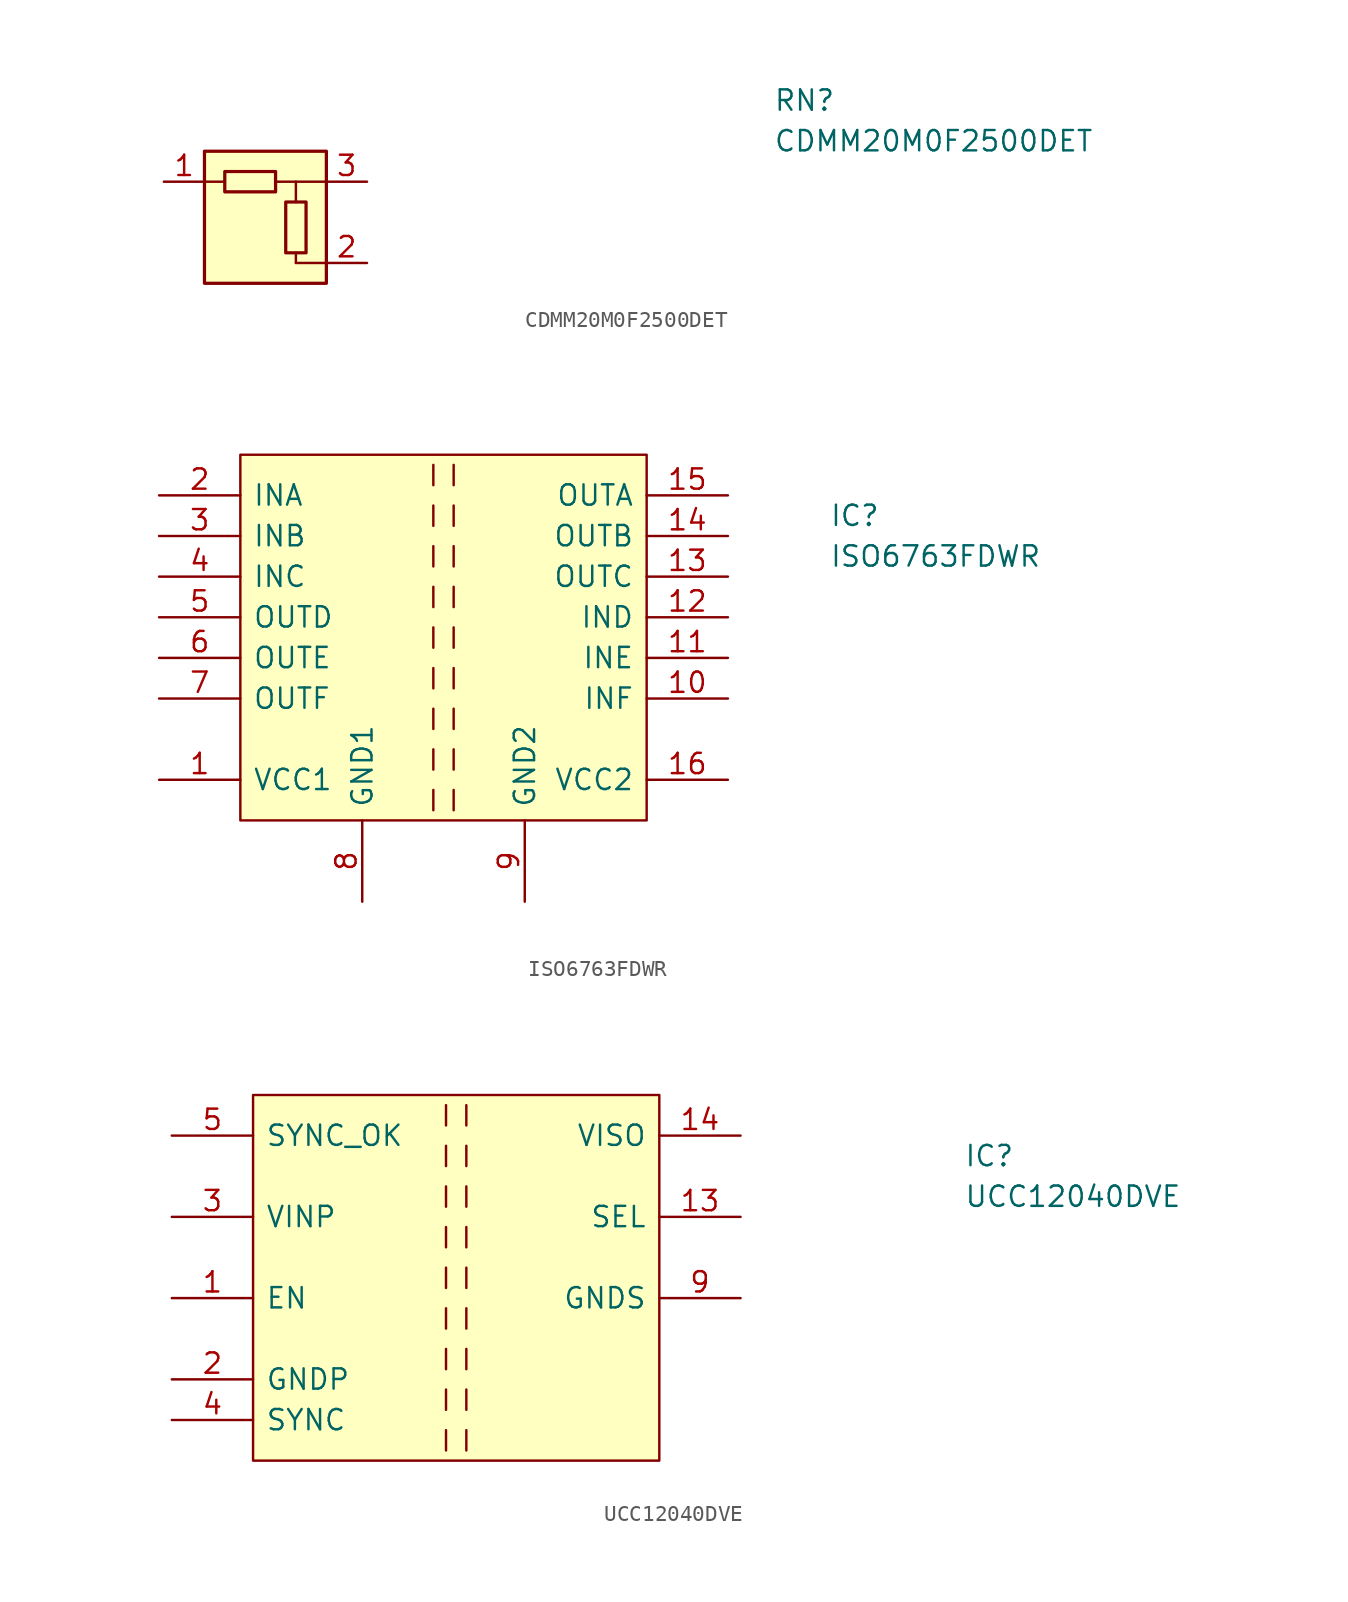
<source format=kicad_sym>
(kicad_symbol_lib
  (version 20220914)
  (generator kicad_symbol_editor)
  (symbol "CDMM20M0F2500DET"
    (pin_names
      (offset 0.762))
    (property "Reference" "RN"
      (at 31.75 7.62 0)
      (effects (font (size 1.27 1.27)) (justify left)))
    (property "Value" "CDMM20M0F2500DET"
      (at 31.75 5.08 0)
      (effects (font (size 1.27 1.27)) (justify left)))
    (symbol "CDMM20M0F2500DET_0_1"
      (rectangle (start -2.54 3.175) (end 0.635 1.905) (stroke (width 0.203) (type default)) (fill (type none)))
      (polyline (pts (xy 1.905 -2.54) (xy 3.81 -2.54)) (stroke (width 0) (type default)) (fill (type none)))
      (polyline (pts (xy 1.905 2.54) (xy 3.81 2.54)) (stroke (width 0) (type default)) (fill (type none)))
      (polyline (pts (xy 0.635 2.54) (xy 1.905 2.54) (xy 1.905 1.27)) (stroke (width 0) (type default)) (fill (type none)))
      (rectangle (start 1.27 1.27) (end 2.54 -1.905) (stroke (width 0.203) (type default)) (fill (type none))))
    (symbol "CDMM20M0F2500DET_1_1"
      (rectangle (start -3.81 4.445) (end 3.81 -3.81) (stroke (width 0.203) (type default)) (fill (type background)))
      (polyline (pts (xy -2.54 2.54) (xy -3.81 2.54)) (stroke (width 0) (type default)) (fill (type none)))
      (polyline (pts (xy 1.905 -1.905) (xy 1.905 -2.54)) (stroke (width 0) (type default)) (fill (type none)))
      (pin power_in line (at -6.35 2.54 0) (length 2.54) (name "~" (effects (font (size 1.27 1.27)))) (number "1" (effects (font (size 1.27 1.27)))))
      (pin power_out line (at 6.35 -2.54 180) (length 2.54) (name "~" (effects (font (size 1.27 1.27)))) (number "2" (effects (font (size 1.27 1.27)))))
      (pin output line (at 6.35 2.54 180) (length 2.54) (name "~" (effects (font (size 1.27 1.27)))) (number "3" (effects (font (size 1.27 1.27)))))))
  (symbol "ISO6763FDWR"
    (pin_names
      (offset 0.762))
    (property "Reference" "IC"
      (at 24.13 7.62 0)
      (effects (font (size 1.27 1.27)) (justify left)))
    (property "Value" "ISO6763FDWR"
      (at 24.13 5.08 0)
      (effects (font (size 1.27 1.27)) (justify left)))
    (symbol "ISO6763FDWR_0_1"
      (polyline (pts (xy -0.635 -9.525) (xy -0.635 -10.795)) (stroke (width 0) (type default)) (fill (type none)))
      (polyline (pts (xy -0.635 -6.985) (xy -0.635 -8.255)) (stroke (width 0) (type default)) (fill (type none)))
      (polyline (pts (xy -0.635 -4.445) (xy -0.635 -5.715)) (stroke (width 0) (type default)) (fill (type none)))
      (polyline (pts (xy -0.635 -1.905) (xy -0.635 -3.175)) (stroke (width 0) (type default)) (fill (type none)))
      (polyline (pts (xy -0.635 0.635) (xy -0.635 -0.635)) (stroke (width 0) (type default)) (fill (type none)))
      (polyline (pts (xy -0.635 3.175) (xy -0.635 1.905)) (stroke (width 0) (type default)) (fill (type none)))
      (polyline (pts (xy -0.635 5.715) (xy -0.635 4.445)) (stroke (width 0) (type default)) (fill (type none)))
      (polyline (pts (xy -0.635 8.255) (xy -0.635 6.985)) (stroke (width 0) (type default)) (fill (type none)))
      (polyline (pts (xy -0.635 10.795) (xy -0.635 9.525)) (stroke (width 0) (type default)) (fill (type none)))
      (polyline (pts (xy 0.635 -9.525) (xy 0.635 -10.795)) (stroke (width 0) (type default)) (fill (type none)))
      (polyline (pts (xy 0.635 -6.985) (xy 0.635 -8.255)) (stroke (width 0) (type default)) (fill (type none)))
      (polyline (pts (xy 0.635 -4.445) (xy 0.635 -5.715)) (stroke (width 0) (type default)) (fill (type none)))
      (polyline (pts (xy 0.635 -1.905) (xy 0.635 -3.175)) (stroke (width 0) (type default)) (fill (type none)))
      (polyline (pts (xy 0.635 0.635) (xy 0.635 -0.635)) (stroke (width 0) (type default)) (fill (type none)))
      (polyline (pts (xy 0.635 3.175) (xy 0.635 1.905)) (stroke (width 0) (type default)) (fill (type none)))
      (polyline (pts (xy 0.635 5.715) (xy 0.635 4.445)) (stroke (width 0) (type default)) (fill (type none)))
      (polyline (pts (xy 0.635 8.255) (xy 0.635 6.985)) (stroke (width 0) (type default)) (fill (type none)))
      (polyline (pts (xy 0.635 10.795) (xy 0.635 9.525)) (stroke (width 0) (type default)) (fill (type none))))
    (symbol "ISO6763FDWR_1_1"
      (polyline (pts (xy -12.7 11.43) (xy 12.7 11.43) (xy 12.7 -11.43) (xy -12.7 -11.43) (xy -12.7 11.43)) (stroke (width 0.152) (type default)) (fill (type background)))
      (pin passive line (at -17.78 -8.89 0) (length 5.08) (name "VCC1" (effects (font (size 1.27 1.27)))) (number "1" (effects (font (size 1.27 1.27)))))
      (pin passive line (at 17.78 -3.81 180) (length 5.08) (name "INF" (effects (font (size 1.27 1.27)))) (number "10" (effects (font (size 1.27 1.27)))))
      (pin passive line (at 17.78 -1.27 180) (length 5.08) (name "INE" (effects (font (size 1.27 1.27)))) (number "11" (effects (font (size 1.27 1.27)))))
      (pin passive line (at 17.78 1.27 180) (length 5.08) (name "IND" (effects (font (size 1.27 1.27)))) (number "12" (effects (font (size 1.27 1.27)))))
      (pin passive line (at 17.78 3.81 180) (length 5.08) (name "OUTC" (effects (font (size 1.27 1.27)))) (number "13" (effects (font (size 1.27 1.27)))))
      (pin passive line (at 17.78 6.35 180) (length 5.08) (name "OUTB" (effects (font (size 1.27 1.27)))) (number "14" (effects (font (size 1.27 1.27)))))
      (pin passive line (at 17.78 8.89 180) (length 5.08) (name "OUTA" (effects (font (size 1.27 1.27)))) (number "15" (effects (font (size 1.27 1.27)))))
      (pin passive line (at 17.78 -8.89 180) (length 5.08) (name "VCC2" (effects (font (size 1.27 1.27)))) (number "16" (effects (font (size 1.27 1.27)))))
      (pin passive line (at -17.78 8.89 0) (length 5.08) (name "INA" (effects (font (size 1.27 1.27)))) (number "2" (effects (font (size 1.27 1.27)))))
      (pin passive line (at -17.78 6.35 0) (length 5.08) (name "INB" (effects (font (size 1.27 1.27)))) (number "3" (effects (font (size 1.27 1.27)))))
      (pin passive line (at -17.78 3.81 0) (length 5.08) (name "INC" (effects (font (size 1.27 1.27)))) (number "4" (effects (font (size 1.27 1.27)))))
      (pin passive line (at -17.78 1.27 0) (length 5.08) (name "OUTD" (effects (font (size 1.27 1.27)))) (number "5" (effects (font (size 1.27 1.27)))))
      (pin passive line (at -17.78 -1.27 0) (length 5.08) (name "OUTE" (effects (font (size 1.27 1.27)))) (number "6" (effects (font (size 1.27 1.27)))))
      (pin passive line (at -17.78 -3.81 0) (length 5.08) (name "OUTF" (effects (font (size 1.27 1.27)))) (number "7" (effects (font (size 1.27 1.27)))))
      (pin passive line (at -5.08 -16.51 90) (length 5.08) (name "GND1" (effects (font (size 1.27 1.27)))) (number "8" (effects (font (size 1.27 1.27)))))
      (pin passive line (at 5.08 -16.51 90) (length 5.08) (name "GND2" (effects (font (size 1.27 1.27)))) (number "9" (effects (font (size 1.27 1.27)))))))
  (symbol "UCC12040DVE"
    (pin_names
      (offset 0.762))
    (property "Reference" "IC"
      (at 31.75 7.62 0)
      (effects (font (size 1.27 1.27)) (justify left)))
    (property "Value" "UCC12040DVE"
      (at 31.75 5.08 0)
      (effects (font (size 1.27 1.27)) (justify left)))
    (symbol "UCC12040DVE_0_0"
      (pin passive line (at -17.78 -1.27 0) (length 5.08) (name "EN" (effects (font (size 1.27 1.27)))) (number "1" (effects (font (size 1.27 1.27)))))
      (pin passive line (at 17.78 3.81 180) (length 5.08) (name "SEL" (effects (font (size 1.27 1.27)))) (number "13" (effects (font (size 1.27 1.27)))))
      (pin passive line (at 17.78 8.89 180) (length 5.08) (name "VISO" (effects (font (size 1.27 1.27)))) (number "14" (effects (font (size 1.27 1.27)))))
      (pin passive line (at -17.78 -6.35 0) (length 5.08) (name "GNDP" (effects (font (size 1.27 1.27)))) (number "2" (effects (font (size 1.27 1.27)))))
      (pin passive line (at -17.78 3.81 0) (length 5.08) (name "VINP" (effects (font (size 1.27 1.27)))) (number "3" (effects (font (size 1.27 1.27)))))
      (pin passive line (at -17.78 -8.89 0) (length 5.08) (name "SYNC" (effects (font (size 1.27 1.27)))) (number "4" (effects (font (size 1.27 1.27)))))
      (pin passive line (at -17.78 8.89 0) (length 5.08) (name "SYNC_OK" (effects (font (size 1.27 1.27)))) (number "5" (effects (font (size 1.27 1.27))))))
    (symbol "UCC12040DVE_0_1"
      (polyline (pts (xy -0.635 -4.445) (xy -0.635 -5.715)) (stroke (width 0) (type default)) (fill (type none)))
      (polyline (pts (xy -0.635 10.795) (xy -0.635 9.525)) (stroke (width 0) (type default)) (fill (type none))))
    (symbol "UCC12040DVE_1_0"
      (pin passive line (at 17.78 -1.27 180) (length 5.08) hide (name "NCS" (effects (font (size 1.27 1.27)))) (number "10" (effects (font (size 1.27 1.27)))))
      (pin passive line (at 17.78 -1.27 180) (length 5.08) hide (name "NCS" (effects (font (size 1.27 1.27)))) (number "11" (effects (font (size 1.27 1.27)))))
      (pin passive line (at 17.78 -1.27 180) (length 5.08) hide (name "NCS" (effects (font (size 1.27 1.27)))) (number "12" (effects (font (size 1.27 1.27)))))
      (pin passive line (at 17.78 -1.27 180) (length 5.08) hide (name "GNDS" (effects (font (size 1.27 1.27)))) (number "15" (effects (font (size 1.27 1.27)))))
      (pin passive line (at 17.78 -1.27 180) (length 5.08) hide (name "GNDS" (effects (font (size 1.27 1.27)))) (number "16" (effects (font (size 1.27 1.27)))))
      (pin passive line (at -17.78 -6.35 0) (length 5.08) hide (name "NC" (effects (font (size 1.27 1.27)))) (number "6" (effects (font (size 1.27 1.27)))))
      (pin passive line (at -17.78 -6.35 0) (length 5.08) hide (name "NC" (effects (font (size 1.27 1.27)))) (number "7" (effects (font (size 1.27 1.27)))))
      (pin passive line (at -17.78 -6.35 0) (length 5.08) hide (name "NC" (effects (font (size 1.27 1.27)))) (number "8" (effects (font (size 1.27 1.27)))))
      (pin passive line (at 17.78 -1.27 180) (length 5.08) (name "GNDS" (effects (font (size 1.27 1.27)))) (number "9" (effects (font (size 1.27 1.27))))))
    (symbol "UCC12040DVE_1_1"
      (polyline (pts (xy -0.635 -9.525) (xy -0.635 -10.795)) (stroke (width 0) (type default)) (fill (type none)))
      (polyline (pts (xy -0.635 -6.985) (xy -0.635 -8.255)) (stroke (width 0) (type default)) (fill (type none)))
      (polyline (pts (xy -0.635 -1.905) (xy -0.635 -3.175)) (stroke (width 0) (type default)) (fill (type none)))
      (polyline (pts (xy -0.635 0.635) (xy -0.635 -0.635)) (stroke (width 0) (type default)) (fill (type none)))
      (polyline (pts (xy -0.635 3.175) (xy -0.635 1.905)) (stroke (width 0) (type default)) (fill (type none)))
      (polyline (pts (xy -0.635 5.715) (xy -0.635 4.445)) (stroke (width 0) (type default)) (fill (type none)))
      (polyline (pts (xy -0.635 8.255) (xy -0.635 6.985)) (stroke (width 0) (type default)) (fill (type none)))
      (polyline (pts (xy 0.635 -9.525) (xy 0.635 -10.795)) (stroke (width 0) (type default)) (fill (type none)))
      (polyline (pts (xy 0.635 -6.985) (xy 0.635 -8.255)) (stroke (width 0) (type default)) (fill (type none)))
      (polyline (pts (xy 0.635 -4.445) (xy 0.635 -5.715)) (stroke (width 0) (type default)) (fill (type none)))
      (polyline (pts (xy 0.635 -1.905) (xy 0.635 -3.175)) (stroke (width 0) (type default)) (fill (type none)))
      (polyline (pts (xy 0.635 0.635) (xy 0.635 -0.635)) (stroke (width 0) (type default)) (fill (type none)))
      (polyline (pts (xy 0.635 3.175) (xy 0.635 1.905)) (stroke (width 0) (type default)) (fill (type none)))
      (polyline (pts (xy 0.635 5.715) (xy 0.635 4.445)) (stroke (width 0) (type default)) (fill (type none)))
      (polyline (pts (xy 0.635 8.255) (xy 0.635 6.985)) (stroke (width 0) (type default)) (fill (type none)))
      (polyline (pts (xy 0.635 10.795) (xy 0.635 9.525)) (stroke (width 0) (type default)) (fill (type none)))
      (polyline (pts (xy -12.7 11.43) (xy 12.7 11.43) (xy 12.7 -11.43) (xy -12.7 -11.43) (xy -12.7 11.43)) (stroke (width 0.152) (type solid)) (fill (type background))))))
</source>
